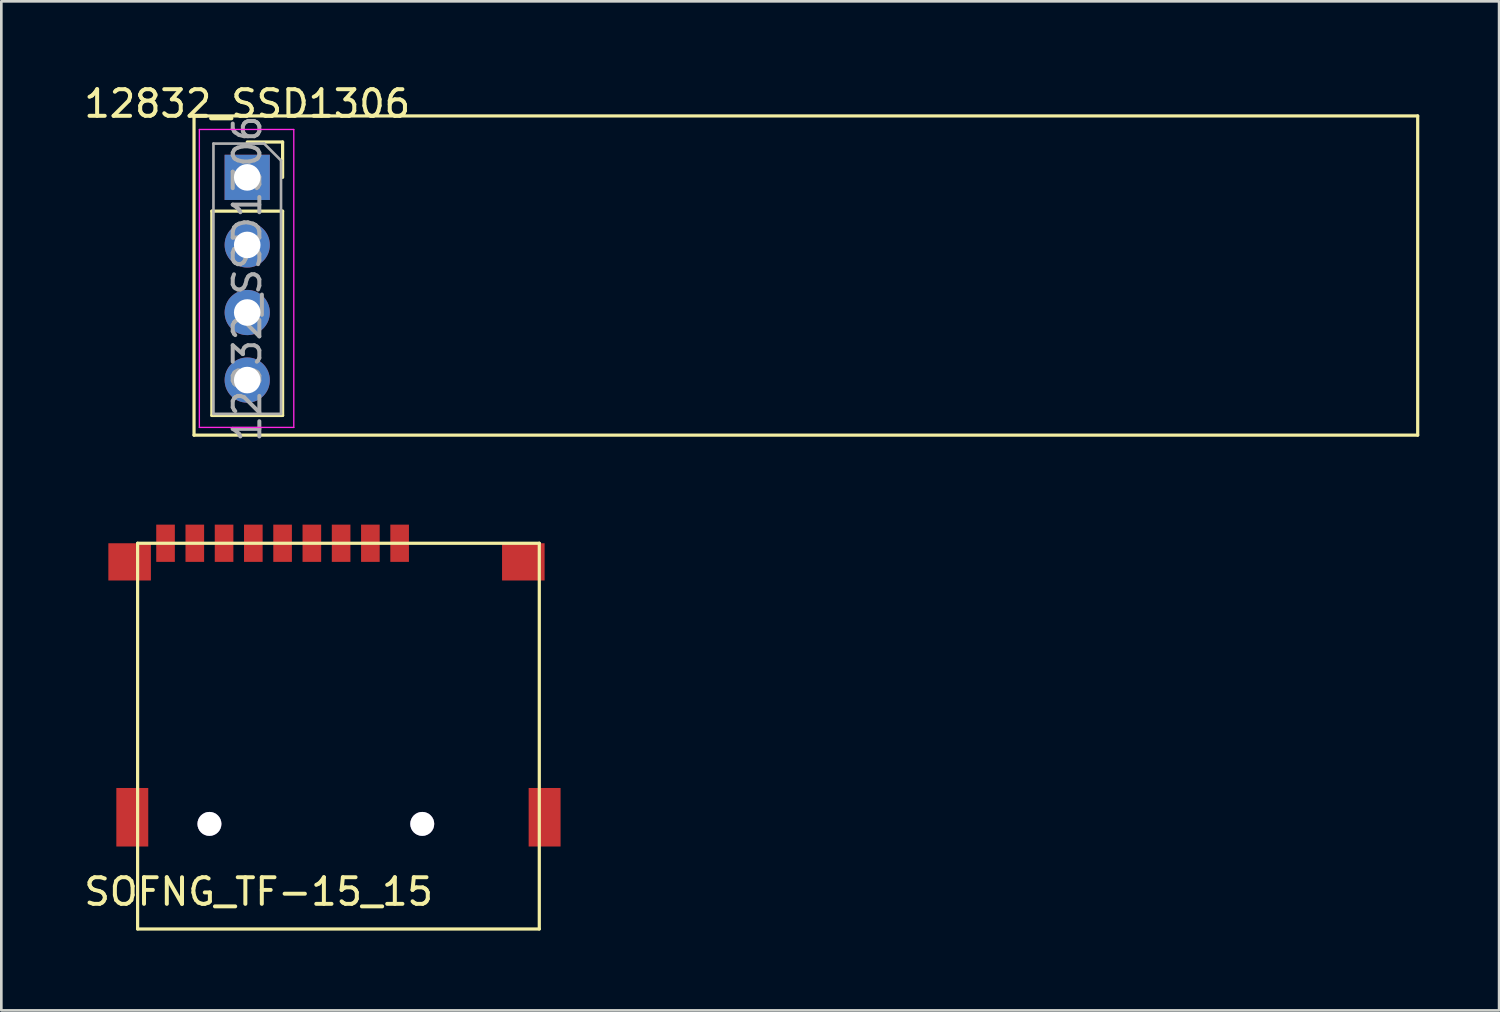
<source format=kicad_pcb>
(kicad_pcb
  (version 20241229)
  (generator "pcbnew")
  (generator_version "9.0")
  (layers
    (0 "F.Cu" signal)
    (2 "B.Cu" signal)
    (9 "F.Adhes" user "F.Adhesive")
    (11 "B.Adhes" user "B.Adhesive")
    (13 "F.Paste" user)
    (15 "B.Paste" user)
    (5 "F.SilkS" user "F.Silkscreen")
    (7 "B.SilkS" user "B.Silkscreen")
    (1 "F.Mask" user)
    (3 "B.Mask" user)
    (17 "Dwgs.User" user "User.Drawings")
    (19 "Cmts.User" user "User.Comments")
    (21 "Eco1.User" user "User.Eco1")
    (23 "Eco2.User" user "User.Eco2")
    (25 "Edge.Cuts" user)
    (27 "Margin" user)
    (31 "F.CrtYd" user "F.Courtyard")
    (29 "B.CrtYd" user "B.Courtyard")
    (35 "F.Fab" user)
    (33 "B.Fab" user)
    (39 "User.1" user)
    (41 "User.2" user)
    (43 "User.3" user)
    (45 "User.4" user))
  (footprint "SOFNG_TF-15_15"
    (layer "F.Cu")
    (at 6.623 19.972)
    (property "Reference" "SOFNG_TF-15_15" (at 0.05 10.5 0) (layer "F.SilkS") (effects (font (size 1 1) (thickness 0.15))))
    (attr through_hole)
    (fp_line (start -4.5 -2.6) (end 10.6 -2.6) (stroke (width 0.12) (type solid)) (layer "F.SilkS"))
    (fp_line (start -4.5 11.9) (end -4.5 -2.6) (stroke (width 0.12) (type solid)) (layer "F.SilkS"))
    (fp_line (start 10.6 -2.6) (end 10.6 11.9) (stroke (width 0.12) (type solid)) (layer "F.SilkS"))
    (fp_line (start 10.6 11.9) (end -4.5 11.9) (stroke (width 0.12) (type solid)) (layer "F.SilkS"))
    (pad "" thru_hole circle (at -1.8 7.95) (size 0.9 0.9) (drill 0.9) (layers "*.Cu" "*.Mask"))
    (pad "" thru_hole circle (at 6.2 7.95) (size 0.9 0.9) (drill 0.9) (layers "*.Cu" "*.Mask"))
    (pad "1" smd rect (at -2.35 -2.6) (size 0.7 1.4) (layers "F.Cu" "F.Mask" "F.Paste"))
    (pad "2" smd rect (at -1.25 -2.6) (size 0.7 1.4) (layers "F.Cu" "F.Mask" "F.Paste"))
    (pad "3" smd rect (at -0.15 -2.6) (size 0.7 1.4) (layers "F.Cu" "F.Mask" "F.Paste"))
    (pad "4" smd rect (at 0.95 -2.6) (size 0.7 1.4) (layers "F.Cu" "F.Mask" "F.Paste"))
    (pad "5" smd rect (at 2.05 -2.6) (size 0.7 1.4) (layers "F.Cu" "F.Mask" "F.Paste"))
    (pad "6" smd rect (at 3.15 -2.6) (size 0.7 1.4) (layers "F.Cu" "F.Mask" "F.Paste"))
    (pad "7" smd rect (at 4.25 -2.6) (size 0.7 1.4) (layers "F.Cu" "F.Mask" "F.Paste"))
    (pad "8" smd rect (at 5.35 -2.6) (size 0.7 1.4) (layers "F.Cu" "F.Mask" "F.Paste"))
    (pad "10" smd rect (at -3.45 -2.6) (size 0.7 1.4) (layers "F.Cu" "F.Mask" "F.Paste"))
    (pad "11" smd rect (at -4.8 -1.9) (size 1.6 1.4) (layers "F.Cu" "F.Mask" "F.Paste"))
    (pad "11" smd rect (at -4.7 7.7) (size 1.2 2.2) (layers "F.Cu" "F.Mask" "F.Paste"))
    (pad "11" smd rect (at 10 -1.9) (size 1.6 1.4) (layers "F.Cu" "F.Mask" "F.Paste"))
    (pad "11" smd rect (at 10.8 7.7) (size 1.2 2.2) (layers "F.Cu" "F.Mask" "F.Paste")))
  (footprint "12832_SSD1306"
    (layer "F.Cu")
    (at 6.244 3.618)
    (property "Reference" "12832_SSD1306" (at 0 -2.77 0) (layer "F.SilkS") (effects (font (size 1 1) (thickness 0.15))))
    (attr through_hole)
    (fp_line (start -2 -2.31) (end -2 9.69) (stroke (width 0.12) (type solid)) (layer "F.SilkS"))
    (fp_line (start -2 9.69) (end 44 9.69) (stroke (width 0.12) (type solid)) (layer "F.SilkS"))
    (fp_line (start -1.33 1.27) (end -1.33 8.95) (stroke (width 0.12) (type solid)) (layer "F.SilkS"))
    (fp_line (start -1.33 1.27) (end 1.33 1.27) (stroke (width 0.12) (type solid)) (layer "F.SilkS"))
    (fp_line (start -1.33 8.95) (end 1.33 8.95) (stroke (width 0.12) (type solid)) (layer "F.SilkS"))
    (fp_line (start 0 -1.33) (end 1.33 -1.33) (stroke (width 0.12) (type solid)) (layer "F.SilkS"))
    (fp_line (start 1.33 -1.33) (end 1.33 0) (stroke (width 0.12) (type solid)) (layer "F.SilkS"))
    (fp_line (start 1.33 1.27) (end 1.33 8.95) (stroke (width 0.12) (type solid)) (layer "F.SilkS"))
    (fp_line (start 44 -2.31) (end -2 -2.31) (stroke (width 0.12) (type solid)) (layer "F.SilkS"))
    (fp_line (start 44 9.69) (end 44 -2.31) (stroke (width 0.12) (type solid)) (layer "F.SilkS"))
    (fp_line (start -1.8 -1.8) (end 1.75 -1.8) (stroke (width 0.05) (type solid)) (layer "F.CrtYd"))
    (fp_line (start -1.8 9.4) (end -1.8 -1.8) (stroke (width 0.05) (type solid)) (layer "F.CrtYd"))
    (fp_line (start 1.75 -1.8) (end 1.75 9.4) (stroke (width 0.05) (type solid)) (layer "F.CrtYd"))
    (fp_line (start 1.75 9.4) (end -1.8 9.4) (stroke (width 0.05) (type solid)) (layer "F.CrtYd"))
    (fp_line (start -1.27 -1.27) (end 0.635 -1.27) (stroke (width 0.1) (type solid)) (layer "F.Fab"))
    (fp_line (start -1.27 8.89) (end -1.27 -1.27) (stroke (width 0.1) (type solid)) (layer "F.Fab"))
    (fp_line (start 0.635 -1.27) (end 1.27 -0.635) (stroke (width 0.1) (type solid)) (layer "F.Fab"))
    (fp_line (start 1.27 -0.635) (end 1.27 8.89) (stroke (width 0.1) (type solid)) (layer "F.Fab"))
    (fp_line (start 1.27 8.89) (end -1.27 8.89) (stroke (width 0.1) (type solid)) (layer "F.Fab"))
    (fp_text user "${REFERENCE}" (at 0 3.81 90) (layer "F.Fab") (effects (font (size 1 1) (thickness 0.15))))
    (pad "1" thru_hole rect (at 0 0) (size 1.7 1.7) (drill 1) (layers "*.Cu" "*.Mask"))
    (pad "2" thru_hole oval (at 0 2.54) (size 1.7 1.7) (drill 1) (layers "*.Cu" "*.Mask"))
    (pad "3" thru_hole oval (at 0 5.08) (size 1.7 1.7) (drill 1) (layers "*.Cu" "*.Mask"))
    (pad "4" thru_hole oval (at 0 7.62) (size 1.7 1.7) (drill 1) (layers "*.Cu" "*.Mask")))
  (gr_rect
    (start -3 -3)
    (end 53.304 34.932)
    (stroke (width 0.1) (type default))
    (fill no)
    (layer "Edge.Cuts")))
</source>
